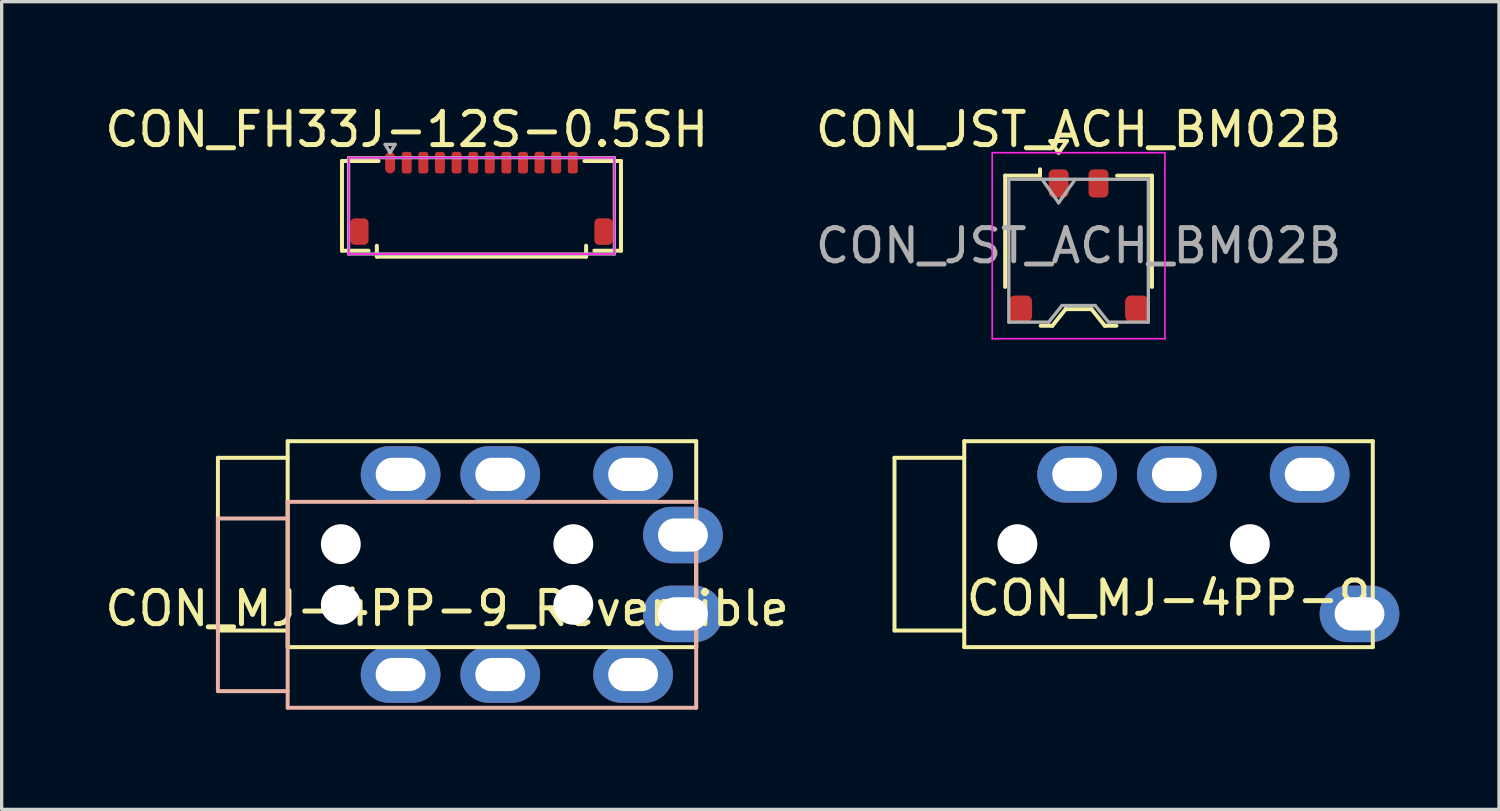
<source format=kicad_pcb>
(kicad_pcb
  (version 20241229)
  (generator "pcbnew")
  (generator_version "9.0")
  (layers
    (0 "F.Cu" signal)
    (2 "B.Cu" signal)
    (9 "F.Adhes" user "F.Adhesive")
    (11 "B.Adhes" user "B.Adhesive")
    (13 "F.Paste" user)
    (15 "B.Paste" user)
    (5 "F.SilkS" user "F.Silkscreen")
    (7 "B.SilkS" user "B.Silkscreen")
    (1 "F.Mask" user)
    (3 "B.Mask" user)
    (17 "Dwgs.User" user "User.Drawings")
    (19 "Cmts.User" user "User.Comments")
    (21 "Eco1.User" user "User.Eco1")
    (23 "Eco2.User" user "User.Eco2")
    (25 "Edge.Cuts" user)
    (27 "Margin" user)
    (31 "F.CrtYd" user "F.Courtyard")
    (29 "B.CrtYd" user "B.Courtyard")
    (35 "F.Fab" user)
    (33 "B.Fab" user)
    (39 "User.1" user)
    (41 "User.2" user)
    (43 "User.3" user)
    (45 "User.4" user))
  (footprint "CON_MJ-4PP-9"
    (layer "F.Cu")
    (at 32.131 13.333)
    (property "Reference" "CON_MJ-4PP-9" (at 0 1.626 0) (unlocked yes) (layer "F.SilkS") (effects (font (size 1 1) (thickness 0.15))))
    (fp_line (start -8.25 2.6) (end -8.25 -2.6) (stroke (width 0.12) (type solid)) (layer "F.SilkS"))
    (fp_line (start -6.15 -3.1) (end 6.15 -3.1) (stroke (width 0.12) (type solid)) (layer "F.SilkS"))
    (fp_line (start -6.15 -2.6) (end -8.25 -2.6) (stroke (width 0.12) (type solid)) (layer "F.SilkS"))
    (fp_line (start -6.15 2.6) (end -8.25 2.6) (stroke (width 0.12) (type solid)) (layer "F.SilkS"))
    (fp_line (start -6.15 3.1) (end -6.15 -3.1) (stroke (width 0.12) (type solid)) (layer "F.SilkS"))
    (fp_line (start 6.15 -3.1) (end 6.15 3.1) (stroke (width 0.12) (type solid)) (layer "F.SilkS"))
    (fp_line (start 6.15 3.1) (end -6.15 3.1) (stroke (width 0.12) (type solid)) (layer "F.SilkS"))
    (pad "" np_thru_hole circle (at -4.55 0 90) (size 1.2 1.2) (drill 1.2) (layers "*.Cu" "*.Mask"))
    (pad "" np_thru_hole circle (at 2.45 0 90) (size 1.2 1.2) (drill 1.2) (layers "*.Cu" "*.Mask"))
    (pad "R1" thru_hole oval (at 4.25 -2.1 90) (size 1.7 2.4) (drill oval 1 1.5) (layers "*.Cu" "*.Mask"))
    (pad "R2" thru_hole oval (at 0.25 -2.1 90) (size 1.7 2.4) (drill oval 1 1.5) (layers "*.Cu" "*.Mask"))
    (pad "S" thru_hole oval (at -2.75 -2.1 90) (size 1.7 2.4) (drill oval 1 1.5) (layers "*.Cu" "*.Mask"))
    (pad "T" thru_hole oval (at 5.75 2.1 90) (size 1.7 2.4) (drill oval 1 1.5) (layers "*.Cu" "*.Mask")))
  (footprint "CON_FH33J-12S-0.5SH"
    (layer "F.Cu")
    (at 8.696 1.848)
    (property "Reference" "CON_FH33J-12S-0.5SH" (at 0.5 -1 0) (layer "F.SilkS") (effects (font (size 1 1) (thickness 0.15))))
    (attr smd)
    (fp_line (start -1.45 -0.05) (end -0.35 -0.05) (stroke (width 0.12) (type solid)) (layer "F.SilkS"))
    (fp_line (start -1.45 2.65) (end -1.45 -0.05) (stroke (width 0.12) (type solid)) (layer "F.SilkS"))
    (fp_line (start -0.65 2.65) (end -1.45 2.65) (stroke (width 0.12) (type solid)) (layer "F.SilkS"))
    (fp_line (start -0.4 2.5) (end -0.4 2.83) (stroke (width 0.12) (type solid)) (layer "F.SilkS"))
    (fp_line (start 5.9 2.5) (end 5.9 2.83) (stroke (width 0.12) (type solid)) (layer "F.SilkS"))
    (fp_line (start 5.9 2.83) (end -0.4 2.83) (stroke (width 0.12) (type solid)) (layer "F.SilkS"))
    (fp_line (start 6.15 2.65) (end 6.95 2.65) (stroke (width 0.12) (type solid)) (layer "F.SilkS"))
    (fp_line (start 6.95 -0.05) (end 5.85 -0.05) (stroke (width 0.12) (type solid)) (layer "F.SilkS"))
    (fp_line (start 6.95 2.65) (end 6.95 -0.05) (stroke (width 0.12) (type solid)) (layer "F.SilkS"))
    (fp_line (start -1.25 -0.15) (end 6.75 -0.15) (stroke (width 0.05) (type solid)) (layer "F.CrtYd"))
    (fp_line (start -1.25 2.75) (end -1.25 -0.15) (stroke (width 0.05) (type solid)) (layer "F.CrtYd"))
    (fp_line (start 6.75 -0.15) (end 6.75 2.75) (stroke (width 0.05) (type solid)) (layer "F.CrtYd"))
    (fp_line (start 6.75 2.75) (end -1.25 2.75) (stroke (width 0.05) (type solid)) (layer "F.CrtYd"))
    (fp_line (start -1.25 -0.15) (end -1.25 2.75) (stroke (width 0.1) (type solid)) (layer "F.Fab"))
    (fp_line (start -1.25 2.75) (end 6.75 2.75) (stroke (width 0.1) (type solid)) (layer "F.Fab"))
    (fp_line (start -0.15 -0.55) (end 0.15 -0.55) (stroke (width 0.1) (type solid)) (layer "F.Fab"))
    (fp_line (start 0 -0.3) (end -0.15 -0.55) (stroke (width 0.1) (type solid)) (layer "F.Fab"))
    (fp_line (start 0.15 -0.55) (end 0 -0.3) (stroke (width 0.1) (type solid)) (layer "F.Fab"))
    (fp_line (start 6.75 -0.15) (end -1.25 -0.15) (stroke (width 0.1) (type solid)) (layer "F.Fab"))
    (fp_line (start 6.75 2.75) (end 6.75 -0.15) (stroke (width 0.1) (type solid)) (layer "F.Fab"))
    (pad "1" smd roundrect (at 0 0) (size 0.3 0.65) (layers "F.Cu" "F.Mask" "F.Paste") (roundrect_rratio 0.5))
    (pad "2" smd roundrect (at 0.5 0) (size 0.3 0.65) (layers "F.Cu" "F.Mask" "F.Paste") (roundrect_rratio 0.25))
    (pad "3" smd roundrect (at 1 0) (size 0.3 0.65) (layers "F.Cu" "F.Mask" "F.Paste") (roundrect_rratio 0.25))
    (pad "4" smd roundrect (at 1.5 0) (size 0.3 0.65) (layers "F.Cu" "F.Mask" "F.Paste") (roundrect_rratio 0.25))
    (pad "5" smd roundrect (at 2 0) (size 0.3 0.65) (layers "F.Cu" "F.Mask" "F.Paste") (roundrect_rratio 0.25))
    (pad "6" smd roundrect (at 2.5 0) (size 0.3 0.65) (layers "F.Cu" "F.Mask" "F.Paste") (roundrect_rratio 0.25))
    (pad "7" smd roundrect (at 3 0) (size 0.3 0.65) (layers "F.Cu" "F.Mask" "F.Paste") (roundrect_rratio 0.25))
    (pad "8" smd roundrect (at 3.5 0) (size 0.3 0.65) (layers "F.Cu" "F.Mask" "F.Paste") (roundrect_rratio 0.25))
    (pad "9" smd roundrect (at 4 0) (size 0.3 0.65) (layers "F.Cu" "F.Mask" "F.Paste") (roundrect_rratio 0.25))
    (pad "10" smd roundrect (at 4.499 -0.002) (size 0.3 0.65) (layers "F.Cu" "F.Mask" "F.Paste") (roundrect_rratio 0.25))
    (pad "11" smd roundrect (at 5 0) (size 0.3 0.65) (layers "F.Cu" "F.Mask" "F.Paste") (roundrect_rratio 0.25))
    (pad "12" smd roundrect (at 5.5 0) (size 0.3 0.65) (layers "F.Cu" "F.Mask" "F.Paste") (roundrect_rratio 0.25))
    (pad "MP" smd roundrect (at -0.925 2.075) (size 0.55 0.8) (layers "F.Cu" "F.Mask" "F.Paste") (roundrect_rratio 0.25))
    (pad "MP" smd roundrect (at 6.425 2.075) (size 0.55 0.8) (layers "F.Cu" "F.Mask" "F.Paste") (roundrect_rratio 0.25)))
  (footprint "CON_MJ-4PP-9_Reversible"
    (layer "F.Cu")
    (at 11.761 14.246)
    (property "Reference" "CON_MJ-4PP-9_Reversible" (at -1.35 1.026 0) (unlocked yes) (layer "F.SilkS") (effects (font (size 1 1) (thickness 0.15))))
    (fp_line (start -8.25 1.687) (end -8.25 -3.513) (stroke (width 0.12) (type solid)) (layer "F.SilkS"))
    (fp_line (start -6.15 -4.013) (end 6.15 -4.013) (stroke (width 0.12) (type solid)) (layer "F.SilkS"))
    (fp_line (start -6.15 -3.513) (end -8.25 -3.513) (stroke (width 0.12) (type solid)) (layer "F.SilkS"))
    (fp_line (start -6.15 1.687) (end -8.25 1.687) (stroke (width 0.12) (type solid)) (layer "F.SilkS"))
    (fp_line (start -6.15 2.187) (end -6.15 -4.013) (stroke (width 0.12) (type solid)) (layer "F.SilkS"))
    (fp_line (start 6.15 -4.013) (end 6.15 2.187) (stroke (width 0.12) (type solid)) (layer "F.SilkS"))
    (fp_line (start 6.15 2.187) (end -6.15 2.187) (stroke (width 0.12) (type solid)) (layer "F.SilkS"))
    (fp_line (start -8.25 -1.687) (end -8.25 3.513) (stroke (width 0.12) (type solid)) (layer "B.SilkS"))
    (fp_line (start -6.15 -2.187) (end -6.15 4.013) (stroke (width 0.12) (type solid)) (layer "B.SilkS"))
    (fp_line (start -6.15 -1.687) (end -8.25 -1.687) (stroke (width 0.12) (type solid)) (layer "B.SilkS"))
    (fp_line (start -6.15 3.513) (end -8.25 3.513) (stroke (width 0.12) (type solid)) (layer "B.SilkS"))
    (fp_line (start -6.15 4.013) (end 6.15 4.013) (stroke (width 0.12) (type solid)) (layer "B.SilkS"))
    (fp_line (start 6.15 -2.187) (end -6.15 -2.187) (stroke (width 0.12) (type solid)) (layer "B.SilkS"))
    (fp_line (start 6.15 4.013) (end 6.15 -2.187) (stroke (width 0.12) (type solid)) (layer "B.SilkS"))
    (pad "" np_thru_hole circle (at -4.55 -0.913 90) (size 1.2 1.2) (drill 1.2) (layers "*.Cu" "*.Mask"))
    (pad "" np_thru_hole circle (at -4.55 0.913 90) (size 1.2 1.2) (drill 1.2) (layers "*.Cu" "*.Mask"))
    (pad "" np_thru_hole circle (at 2.45 -0.913 90) (size 1.2 1.2) (drill 1.2) (layers "*.Cu" "*.Mask"))
    (pad "" np_thru_hole circle (at 2.45 0.913 90) (size 1.2 1.2) (drill 1.2) (layers "*.Cu" "*.Mask"))
    (pad "R1" thru_hole oval (at 4.25 -3.013 90) (size 1.7 2.4) (drill oval 1 1.5) (layers "*.Cu" "*.Mask"))
    (pad "R1" thru_hole oval (at 4.25 3.013 90) (size 1.7 2.4) (drill oval 1 1.5) (layers "*.Cu" "*.Mask"))
    (pad "R2" thru_hole oval (at 0.25 -3.013 90) (size 1.7 2.4) (drill oval 1 1.5) (layers "*.Cu" "*.Mask"))
    (pad "R2" thru_hole oval (at 0.25 3.013 90) (size 1.7 2.4) (drill oval 1 1.5) (layers "*.Cu" "*.Mask"))
    (pad "S" thru_hole oval (at -2.75 -3.013 90) (size 1.7 2.4) (drill oval 1 1.5) (layers "*.Cu" "*.Mask"))
    (pad "S" thru_hole oval (at -2.75 3.013 90) (size 1.7 2.4) (drill oval 1 1.5) (layers "*.Cu" "*.Mask"))
    (pad "T" thru_hole oval (at 5.75 -1.187 90) (size 1.7 2.4) (drill oval 1 1.5) (layers "*.Cu" "*.Mask"))
    (pad "T" thru_hole oval (at 5.75 1.187 90) (size 1.7 2.4) (drill oval 1 1.5) (layers "*.Cu" "*.Mask")))
  (footprint "CON_JST_ACH_BM02B"
    (layer "F.Cu")
    (at 29.423 4.348)
    (property "Reference" "CON_JST_ACH_BM02B" (at 0 -3.5 0) (layer "F.SilkS") (effects (font (size 1 1) (thickness 0.15))))
    (attr smd)
    (fp_line (start -2.21 -2.11) (end -1.16 -2.11) (stroke (width 0.12) (type solid)) (layer "F.SilkS"))
    (fp_line (start -2.21 1.24) (end -2.21 -2.11) (stroke (width 0.12) (type solid)) (layer "F.SilkS"))
    (fp_line (start -1.16 -2.11) (end -1.16 -2.3) (stroke (width 0.12) (type solid)) (layer "F.SilkS"))
    (fp_line (start -1.14 2.41) (end -0.79 2.41) (stroke (width 0.12) (type solid)) (layer "F.SilkS"))
    (fp_line (start -0.85 -3.154) (end -0.6 -2.8) (stroke (width 0.12) (type solid)) (layer "F.SilkS"))
    (fp_line (start -0.79 2.41) (end -0.39 1.91) (stroke (width 0.12) (type solid)) (layer "F.SilkS"))
    (fp_line (start -0.6 -2.8) (end -0.35 -3.154) (stroke (width 0.12) (type solid)) (layer "F.SilkS"))
    (fp_line (start -0.39 1.91) (end 0.39 1.91) (stroke (width 0.12) (type solid)) (layer "F.SilkS"))
    (fp_line (start -0.35 -3.154) (end -0.85 -3.154) (stroke (width 0.12) (type solid)) (layer "F.SilkS"))
    (fp_line (start 0.39 1.91) (end 0.79 2.41) (stroke (width 0.12) (type solid)) (layer "F.SilkS"))
    (fp_line (start 0.79 2.41) (end 1.14 2.41) (stroke (width 0.12) (type solid)) (layer "F.SilkS"))
    (fp_line (start 2.21 -2.11) (end 1.16 -2.11) (stroke (width 0.12) (type solid)) (layer "F.SilkS"))
    (fp_line (start 2.21 1.24) (end 2.21 -2.11) (stroke (width 0.12) (type solid)) (layer "F.SilkS"))
    (fp_line (start -2.6 -2.8) (end -2.6 2.8) (stroke (width 0.05) (type solid)) (layer "F.CrtYd"))
    (fp_line (start -2.6 2.8) (end 2.6 2.8) (stroke (width 0.05) (type solid)) (layer "F.CrtYd"))
    (fp_line (start 2.6 -2.8) (end -2.6 -2.8) (stroke (width 0.05) (type solid)) (layer "F.CrtYd"))
    (fp_line (start 2.6 2.8) (end 2.6 -2.8) (stroke (width 0.05) (type solid)) (layer "F.CrtYd"))
    (fp_line (start -2.1 -2) (end -2.1 2.3) (stroke (width 0.1) (type solid)) (layer "F.Fab"))
    (fp_line (start -2.1 -2) (end 2.1 -2) (stroke (width 0.1) (type solid)) (layer "F.Fab"))
    (fp_line (start -2.1 2.3) (end -0.9 2.3) (stroke (width 0.1) (type solid)) (layer "F.Fab"))
    (fp_line (start -1.1 -2) (end -0.6 -1.293) (stroke (width 0.1) (type solid)) (layer "F.Fab"))
    (fp_line (start -0.9 2.3) (end -0.5 1.8) (stroke (width 0.1) (type solid)) (layer "F.Fab"))
    (fp_line (start -0.6 -1.293) (end -0.1 -2) (stroke (width 0.1) (type solid)) (layer "F.Fab"))
    (fp_line (start -0.5 1.8) (end 0.5 1.8) (stroke (width 0.1) (type solid)) (layer "F.Fab"))
    (fp_line (start 0.5 1.8) (end 0.9 2.3) (stroke (width 0.1) (type solid)) (layer "F.Fab"))
    (fp_line (start 0.9 2.3) (end 2.1 2.3) (stroke (width 0.1) (type solid)) (layer "F.Fab"))
    (fp_line (start 2.1 -2) (end 2.1 2.3) (stroke (width 0.1) (type solid)) (layer "F.Fab"))
    (fp_text user "${REFERENCE}" (at 0 0 0) (layer "F.Fab") (effects (font (size 1 1) (thickness 0.15))))
    (pad "1" smd roundrect (at -0.6 -1.875) (size 0.6 0.85) (layers "F.Cu" "F.Mask" "F.Paste") (roundrect_rratio 0.25))
    (pad "2" smd roundrect (at 0.6 -1.875) (size 0.6 0.85) (layers "F.Cu" "F.Mask" "F.Paste") (roundrect_rratio 0.25))
    (pad "MP" smd roundrect (at -1.75 1.9) (size 0.7 0.8) (layers "F.Cu" "F.Mask" "F.Paste") (roundrect_rratio 0.25))
    (pad "MP" smd roundrect (at 1.75 1.9) (size 0.7 0.8) (layers "F.Cu" "F.Mask" "F.Paste") (roundrect_rratio 0.25)))
  (gr_rect
    (start -3 -3)
    (end 42.081 21.319)
    (stroke (width 0.1) (type default))
    (fill no)
    (layer "Edge.Cuts")))
</source>
